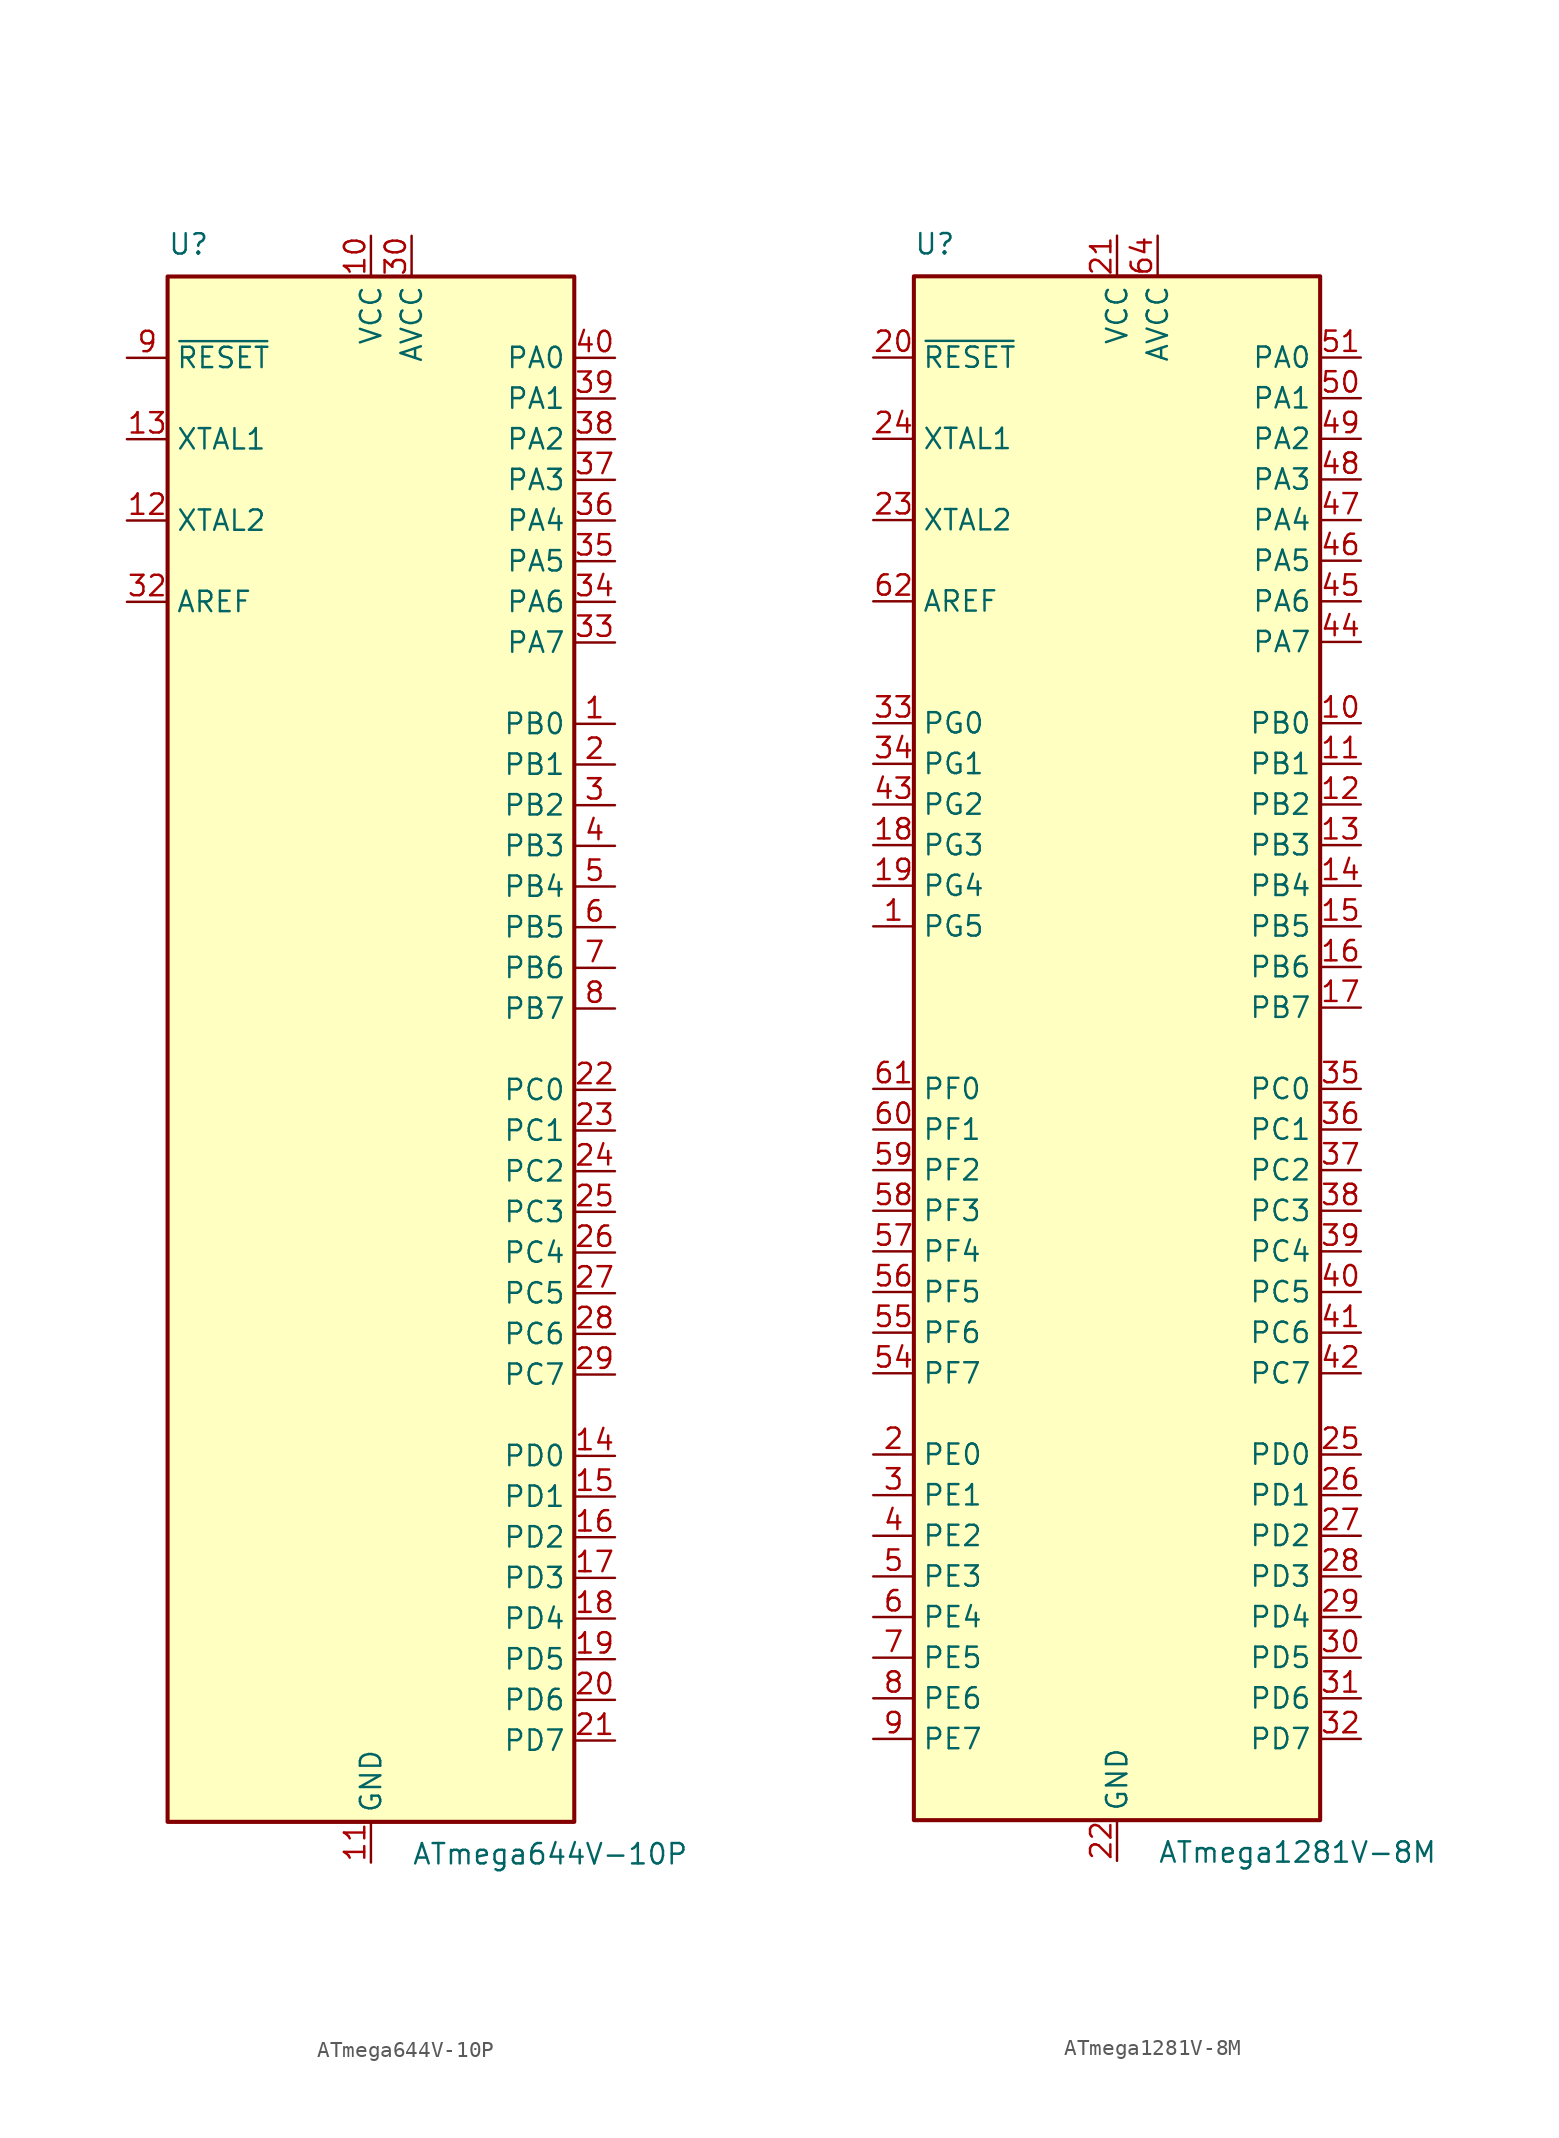
<source format=kicad_sym>
(kicad_symbol_lib
  (version 20201005)
  (generator kicad_symbol_editor)
  (symbol "ATmega644V-10P"
    (property "Reference" "U"
      (at -12.7 49.53 0)
      (effects (font (size 1.27 1.27)) (justify left bottom)))
    (property "Value" "ATmega644V-10P"
      (at 2.54 -49.53 0)
      (effects (font (size 1.27 1.27)) (justify left top)))
    (symbol "ATmega644V-10P_0_1"
      (rectangle (start -12.7 -48.26) (end 12.7 48.26) (stroke (width 0.254)) (fill (type background))))
    (symbol "ATmega644V-10P_1_1"
      (pin bidirectional line (at 15.24 20.32 180) (length 2.54) (name "PB0" (effects (font (size 1.27 1.27)))) (number "1" (effects (font (size 1.27 1.27)))))
      (pin power_in line (at 0 50.8 270) (length 2.54) (name "VCC" (effects (font (size 1.27 1.27)))) (number "10" (effects (font (size 1.27 1.27)))))
      (pin power_in line (at 0 -50.8 90) (length 2.54) (name "GND" (effects (font (size 1.27 1.27)))) (number "11" (effects (font (size 1.27 1.27)))))
      (pin output line (at -15.24 33.02 0) (length 2.54) (name "XTAL2" (effects (font (size 1.27 1.27)))) (number "12" (effects (font (size 1.27 1.27)))))
      (pin input line (at -15.24 38.1 0) (length 2.54) (name "XTAL1" (effects (font (size 1.27 1.27)))) (number "13" (effects (font (size 1.27 1.27)))))
      (pin bidirectional line (at 15.24 -25.4 180) (length 2.54) (name "PD0" (effects (font (size 1.27 1.27)))) (number "14" (effects (font (size 1.27 1.27)))))
      (pin bidirectional line (at 15.24 -27.94 180) (length 2.54) (name "PD1" (effects (font (size 1.27 1.27)))) (number "15" (effects (font (size 1.27 1.27)))))
      (pin bidirectional line (at 15.24 -30.48 180) (length 2.54) (name "PD2" (effects (font (size 1.27 1.27)))) (number "16" (effects (font (size 1.27 1.27)))))
      (pin bidirectional line (at 15.24 -33.02 180) (length 2.54) (name "PD3" (effects (font (size 1.27 1.27)))) (number "17" (effects (font (size 1.27 1.27)))))
      (pin bidirectional line (at 15.24 -35.56 180) (length 2.54) (name "PD4" (effects (font (size 1.27 1.27)))) (number "18" (effects (font (size 1.27 1.27)))))
      (pin bidirectional line (at 15.24 -38.1 180) (length 2.54) (name "PD5" (effects (font (size 1.27 1.27)))) (number "19" (effects (font (size 1.27 1.27)))))
      (pin bidirectional line (at 15.24 17.78 180) (length 2.54) (name "PB1" (effects (font (size 1.27 1.27)))) (number "2" (effects (font (size 1.27 1.27)))))
      (pin bidirectional line (at 15.24 -40.64 180) (length 2.54) (name "PD6" (effects (font (size 1.27 1.27)))) (number "20" (effects (font (size 1.27 1.27)))))
      (pin bidirectional line (at 15.24 -43.18 180) (length 2.54) (name "PD7" (effects (font (size 1.27 1.27)))) (number "21" (effects (font (size 1.27 1.27)))))
      (pin bidirectional line (at 15.24 -2.54 180) (length 2.54) (name "PC0" (effects (font (size 1.27 1.27)))) (number "22" (effects (font (size 1.27 1.27)))))
      (pin bidirectional line (at 15.24 -5.08 180) (length 2.54) (name "PC1" (effects (font (size 1.27 1.27)))) (number "23" (effects (font (size 1.27 1.27)))))
      (pin bidirectional line (at 15.24 -7.62 180) (length 2.54) (name "PC2" (effects (font (size 1.27 1.27)))) (number "24" (effects (font (size 1.27 1.27)))))
      (pin bidirectional line (at 15.24 -10.16 180) (length 2.54) (name "PC3" (effects (font (size 1.27 1.27)))) (number "25" (effects (font (size 1.27 1.27)))))
      (pin bidirectional line (at 15.24 -12.7 180) (length 2.54) (name "PC4" (effects (font (size 1.27 1.27)))) (number "26" (effects (font (size 1.27 1.27)))))
      (pin bidirectional line (at 15.24 -15.24 180) (length 2.54) (name "PC5" (effects (font (size 1.27 1.27)))) (number "27" (effects (font (size 1.27 1.27)))))
      (pin bidirectional line (at 15.24 -17.78 180) (length 2.54) (name "PC6" (effects (font (size 1.27 1.27)))) (number "28" (effects (font (size 1.27 1.27)))))
      (pin bidirectional line (at 15.24 -20.32 180) (length 2.54) (name "PC7" (effects (font (size 1.27 1.27)))) (number "29" (effects (font (size 1.27 1.27)))))
      (pin bidirectional line (at 15.24 15.24 180) (length 2.54) (name "PB2" (effects (font (size 1.27 1.27)))) (number "3" (effects (font (size 1.27 1.27)))))
      (pin power_in line (at 2.54 50.8 270) (length 2.54) (name "AVCC" (effects (font (size 1.27 1.27)))) (number "30" (effects (font (size 1.27 1.27)))))
      (pin passive line (at 0 -50.8 90) (length 2.54) hide (name "GND" (effects (font (size 1.27 1.27)))) (number "31" (effects (font (size 1.27 1.27)))))
      (pin passive line (at -15.24 27.94 0) (length 2.54) (name "AREF" (effects (font (size 1.27 1.27)))) (number "32" (effects (font (size 1.27 1.27)))))
      (pin bidirectional line (at 15.24 25.4 180) (length 2.54) (name "PA7" (effects (font (size 1.27 1.27)))) (number "33" (effects (font (size 1.27 1.27)))))
      (pin bidirectional line (at 15.24 27.94 180) (length 2.54) (name "PA6" (effects (font (size 1.27 1.27)))) (number "34" (effects (font (size 1.27 1.27)))))
      (pin bidirectional line (at 15.24 30.48 180) (length 2.54) (name "PA5" (effects (font (size 1.27 1.27)))) (number "35" (effects (font (size 1.27 1.27)))))
      (pin bidirectional line (at 15.24 33.02 180) (length 2.54) (name "PA4" (effects (font (size 1.27 1.27)))) (number "36" (effects (font (size 1.27 1.27)))))
      (pin bidirectional line (at 15.24 35.56 180) (length 2.54) (name "PA3" (effects (font (size 1.27 1.27)))) (number "37" (effects (font (size 1.27 1.27)))))
      (pin bidirectional line (at 15.24 38.1 180) (length 2.54) (name "PA2" (effects (font (size 1.27 1.27)))) (number "38" (effects (font (size 1.27 1.27)))))
      (pin bidirectional line (at 15.24 40.64 180) (length 2.54) (name "PA1" (effects (font (size 1.27 1.27)))) (number "39" (effects (font (size 1.27 1.27)))))
      (pin bidirectional line (at 15.24 12.7 180) (length 2.54) (name "PB3" (effects (font (size 1.27 1.27)))) (number "4" (effects (font (size 1.27 1.27)))))
      (pin bidirectional line (at 15.24 43.18 180) (length 2.54) (name "PA0" (effects (font (size 1.27 1.27)))) (number "40" (effects (font (size 1.27 1.27)))))
      (pin bidirectional line (at 15.24 10.16 180) (length 2.54) (name "PB4" (effects (font (size 1.27 1.27)))) (number "5" (effects (font (size 1.27 1.27)))))
      (pin bidirectional line (at 15.24 7.62 180) (length 2.54) (name "PB5" (effects (font (size 1.27 1.27)))) (number "6" (effects (font (size 1.27 1.27)))))
      (pin bidirectional line (at 15.24 5.08 180) (length 2.54) (name "PB6" (effects (font (size 1.27 1.27)))) (number "7" (effects (font (size 1.27 1.27)))))
      (pin bidirectional line (at 15.24 2.54 180) (length 2.54) (name "PB7" (effects (font (size 1.27 1.27)))) (number "8" (effects (font (size 1.27 1.27)))))
      (pin input line (at -15.24 43.18 0) (length 2.54) (name "~RESET" (effects (font (size 1.27 1.27)))) (number "9" (effects (font (size 1.27 1.27)))))))
  (symbol "ATmega1281V-8M"
    (property "Reference" "U"
      (at -12.7 49.53 0)
      (effects (font (size 1.27 1.27)) (justify left bottom)))
    (property "Value" "ATmega1281V-8M"
      (at 2.54 -49.53 0)
      (effects (font (size 1.27 1.27)) (justify left top)))
    (symbol "ATmega1281V-8M_0_1"
      (rectangle (start -12.7 -48.26) (end 12.7 48.26) (stroke (width 0.254)) (fill (type background))))
    (symbol "ATmega1281V-8M_1_1"
      (pin bidirectional line (at -15.24 7.62 0) (length 2.54) (name "PG5" (effects (font (size 1.27 1.27)))) (number "1" (effects (font (size 1.27 1.27)))))
      (pin bidirectional line (at 15.24 20.32 180) (length 2.54) (name "PB0" (effects (font (size 1.27 1.27)))) (number "10" (effects (font (size 1.27 1.27)))))
      (pin bidirectional line (at 15.24 17.78 180) (length 2.54) (name "PB1" (effects (font (size 1.27 1.27)))) (number "11" (effects (font (size 1.27 1.27)))))
      (pin bidirectional line (at 15.24 15.24 180) (length 2.54) (name "PB2" (effects (font (size 1.27 1.27)))) (number "12" (effects (font (size 1.27 1.27)))))
      (pin bidirectional line (at 15.24 12.7 180) (length 2.54) (name "PB3" (effects (font (size 1.27 1.27)))) (number "13" (effects (font (size 1.27 1.27)))))
      (pin bidirectional line (at 15.24 10.16 180) (length 2.54) (name "PB4" (effects (font (size 1.27 1.27)))) (number "14" (effects (font (size 1.27 1.27)))))
      (pin bidirectional line (at 15.24 7.62 180) (length 2.54) (name "PB5" (effects (font (size 1.27 1.27)))) (number "15" (effects (font (size 1.27 1.27)))))
      (pin bidirectional line (at 15.24 5.08 180) (length 2.54) (name "PB6" (effects (font (size 1.27 1.27)))) (number "16" (effects (font (size 1.27 1.27)))))
      (pin bidirectional line (at 15.24 2.54 180) (length 2.54) (name "PB7" (effects (font (size 1.27 1.27)))) (number "17" (effects (font (size 1.27 1.27)))))
      (pin bidirectional line (at -15.24 12.7 0) (length 2.54) (name "PG3" (effects (font (size 1.27 1.27)))) (number "18" (effects (font (size 1.27 1.27)))))
      (pin bidirectional line (at -15.24 10.16 0) (length 2.54) (name "PG4" (effects (font (size 1.27 1.27)))) (number "19" (effects (font (size 1.27 1.27)))))
      (pin bidirectional line (at -15.24 -25.4 0) (length 2.54) (name "PE0" (effects (font (size 1.27 1.27)))) (number "2" (effects (font (size 1.27 1.27)))))
      (pin input line (at -15.24 43.18 0) (length 2.54) (name "~RESET" (effects (font (size 1.27 1.27)))) (number "20" (effects (font (size 1.27 1.27)))))
      (pin power_in line (at 0 50.8 270) (length 2.54) (name "VCC" (effects (font (size 1.27 1.27)))) (number "21" (effects (font (size 1.27 1.27)))))
      (pin power_in line (at 0 -50.8 90) (length 2.54) (name "GND" (effects (font (size 1.27 1.27)))) (number "22" (effects (font (size 1.27 1.27)))))
      (pin output line (at -15.24 33.02 0) (length 2.54) (name "XTAL2" (effects (font (size 1.27 1.27)))) (number "23" (effects (font (size 1.27 1.27)))))
      (pin input line (at -15.24 38.1 0) (length 2.54) (name "XTAL1" (effects (font (size 1.27 1.27)))) (number "24" (effects (font (size 1.27 1.27)))))
      (pin bidirectional line (at 15.24 -25.4 180) (length 2.54) (name "PD0" (effects (font (size 1.27 1.27)))) (number "25" (effects (font (size 1.27 1.27)))))
      (pin bidirectional line (at 15.24 -27.94 180) (length 2.54) (name "PD1" (effects (font (size 1.27 1.27)))) (number "26" (effects (font (size 1.27 1.27)))))
      (pin bidirectional line (at 15.24 -30.48 180) (length 2.54) (name "PD2" (effects (font (size 1.27 1.27)))) (number "27" (effects (font (size 1.27 1.27)))))
      (pin bidirectional line (at 15.24 -33.02 180) (length 2.54) (name "PD3" (effects (font (size 1.27 1.27)))) (number "28" (effects (font (size 1.27 1.27)))))
      (pin bidirectional line (at 15.24 -35.56 180) (length 2.54) (name "PD4" (effects (font (size 1.27 1.27)))) (number "29" (effects (font (size 1.27 1.27)))))
      (pin bidirectional line (at -15.24 -27.94 0) (length 2.54) (name "PE1" (effects (font (size 1.27 1.27)))) (number "3" (effects (font (size 1.27 1.27)))))
      (pin bidirectional line (at 15.24 -38.1 180) (length 2.54) (name "PD5" (effects (font (size 1.27 1.27)))) (number "30" (effects (font (size 1.27 1.27)))))
      (pin bidirectional line (at 15.24 -40.64 180) (length 2.54) (name "PD6" (effects (font (size 1.27 1.27)))) (number "31" (effects (font (size 1.27 1.27)))))
      (pin bidirectional line (at 15.24 -43.18 180) (length 2.54) (name "PD7" (effects (font (size 1.27 1.27)))) (number "32" (effects (font (size 1.27 1.27)))))
      (pin bidirectional line (at -15.24 20.32 0) (length 2.54) (name "PG0" (effects (font (size 1.27 1.27)))) (number "33" (effects (font (size 1.27 1.27)))))
      (pin bidirectional line (at -15.24 17.78 0) (length 2.54) (name "PG1" (effects (font (size 1.27 1.27)))) (number "34" (effects (font (size 1.27 1.27)))))
      (pin bidirectional line (at 15.24 -2.54 180) (length 2.54) (name "PC0" (effects (font (size 1.27 1.27)))) (number "35" (effects (font (size 1.27 1.27)))))
      (pin bidirectional line (at 15.24 -5.08 180) (length 2.54) (name "PC1" (effects (font (size 1.27 1.27)))) (number "36" (effects (font (size 1.27 1.27)))))
      (pin bidirectional line (at 15.24 -7.62 180) (length 2.54) (name "PC2" (effects (font (size 1.27 1.27)))) (number "37" (effects (font (size 1.27 1.27)))))
      (pin bidirectional line (at 15.24 -10.16 180) (length 2.54) (name "PC3" (effects (font (size 1.27 1.27)))) (number "38" (effects (font (size 1.27 1.27)))))
      (pin bidirectional line (at 15.24 -12.7 180) (length 2.54) (name "PC4" (effects (font (size 1.27 1.27)))) (number "39" (effects (font (size 1.27 1.27)))))
      (pin bidirectional line (at -15.24 -30.48 0) (length 2.54) (name "PE2" (effects (font (size 1.27 1.27)))) (number "4" (effects (font (size 1.27 1.27)))))
      (pin bidirectional line (at 15.24 -15.24 180) (length 2.54) (name "PC5" (effects (font (size 1.27 1.27)))) (number "40" (effects (font (size 1.27 1.27)))))
      (pin bidirectional line (at 15.24 -17.78 180) (length 2.54) (name "PC6" (effects (font (size 1.27 1.27)))) (number "41" (effects (font (size 1.27 1.27)))))
      (pin bidirectional line (at 15.24 -20.32 180) (length 2.54) (name "PC7" (effects (font (size 1.27 1.27)))) (number "42" (effects (font (size 1.27 1.27)))))
      (pin bidirectional line (at -15.24 15.24 0) (length 2.54) (name "PG2" (effects (font (size 1.27 1.27)))) (number "43" (effects (font (size 1.27 1.27)))))
      (pin bidirectional line (at 15.24 25.4 180) (length 2.54) (name "PA7" (effects (font (size 1.27 1.27)))) (number "44" (effects (font (size 1.27 1.27)))))
      (pin bidirectional line (at 15.24 27.94 180) (length 2.54) (name "PA6" (effects (font (size 1.27 1.27)))) (number "45" (effects (font (size 1.27 1.27)))))
      (pin bidirectional line (at 15.24 30.48 180) (length 2.54) (name "PA5" (effects (font (size 1.27 1.27)))) (number "46" (effects (font (size 1.27 1.27)))))
      (pin bidirectional line (at 15.24 33.02 180) (length 2.54) (name "PA4" (effects (font (size 1.27 1.27)))) (number "47" (effects (font (size 1.27 1.27)))))
      (pin bidirectional line (at 15.24 35.56 180) (length 2.54) (name "PA3" (effects (font (size 1.27 1.27)))) (number "48" (effects (font (size 1.27 1.27)))))
      (pin bidirectional line (at 15.24 38.1 180) (length 2.54) (name "PA2" (effects (font (size 1.27 1.27)))) (number "49" (effects (font (size 1.27 1.27)))))
      (pin bidirectional line (at -15.24 -33.02 0) (length 2.54) (name "PE3" (effects (font (size 1.27 1.27)))) (number "5" (effects (font (size 1.27 1.27)))))
      (pin bidirectional line (at 15.24 40.64 180) (length 2.54) (name "PA1" (effects (font (size 1.27 1.27)))) (number "50" (effects (font (size 1.27 1.27)))))
      (pin bidirectional line (at 15.24 43.18 180) (length 2.54) (name "PA0" (effects (font (size 1.27 1.27)))) (number "51" (effects (font (size 1.27 1.27)))))
      (pin passive line (at 0 50.8 270) (length 2.54) hide (name "VCC" (effects (font (size 1.27 1.27)))) (number "52" (effects (font (size 1.27 1.27)))))
      (pin passive line (at 0 -50.8 90) (length 2.54) hide (name "GND" (effects (font (size 1.27 1.27)))) (number "53" (effects (font (size 1.27 1.27)))))
      (pin bidirectional line (at -15.24 -20.32 0) (length 2.54) (name "PF7" (effects (font (size 1.27 1.27)))) (number "54" (effects (font (size 1.27 1.27)))))
      (pin bidirectional line (at -15.24 -17.78 0) (length 2.54) (name "PF6" (effects (font (size 1.27 1.27)))) (number "55" (effects (font (size 1.27 1.27)))))
      (pin bidirectional line (at -15.24 -15.24 0) (length 2.54) (name "PF5" (effects (font (size 1.27 1.27)))) (number "56" (effects (font (size 1.27 1.27)))))
      (pin bidirectional line (at -15.24 -12.7 0) (length 2.54) (name "PF4" (effects (font (size 1.27 1.27)))) (number "57" (effects (font (size 1.27 1.27)))))
      (pin bidirectional line (at -15.24 -10.16 0) (length 2.54) (name "PF3" (effects (font (size 1.27 1.27)))) (number "58" (effects (font (size 1.27 1.27)))))
      (pin bidirectional line (at -15.24 -7.62 0) (length 2.54) (name "PF2" (effects (font (size 1.27 1.27)))) (number "59" (effects (font (size 1.27 1.27)))))
      (pin bidirectional line (at -15.24 -35.56 0) (length 2.54) (name "PE4" (effects (font (size 1.27 1.27)))) (number "6" (effects (font (size 1.27 1.27)))))
      (pin bidirectional line (at -15.24 -5.08 0) (length 2.54) (name "PF1" (effects (font (size 1.27 1.27)))) (number "60" (effects (font (size 1.27 1.27)))))
      (pin bidirectional line (at -15.24 -2.54 0) (length 2.54) (name "PF0" (effects (font (size 1.27 1.27)))) (number "61" (effects (font (size 1.27 1.27)))))
      (pin passive line (at -15.24 27.94 0) (length 2.54) (name "AREF" (effects (font (size 1.27 1.27)))) (number "62" (effects (font (size 1.27 1.27)))))
      (pin passive line (at 0 -50.8 90) (length 2.54) hide (name "GND" (effects (font (size 1.27 1.27)))) (number "63" (effects (font (size 1.27 1.27)))))
      (pin power_in line (at 2.54 50.8 270) (length 2.54) (name "AVCC" (effects (font (size 1.27 1.27)))) (number "64" (effects (font (size 1.27 1.27)))))
      (pin passive line (at 0 -50.8 90) (length 2.54) hide (name "GND" (effects (font (size 1.27 1.27)))) (number "65" (effects (font (size 1.27 1.27)))))
      (pin bidirectional line (at -15.24 -38.1 0) (length 2.54) (name "PE5" (effects (font (size 1.27 1.27)))) (number "7" (effects (font (size 1.27 1.27)))))
      (pin bidirectional line (at -15.24 -40.64 0) (length 2.54) (name "PE6" (effects (font (size 1.27 1.27)))) (number "8" (effects (font (size 1.27 1.27)))))
      (pin bidirectional line (at -15.24 -43.18 0) (length 2.54) (name "PE7" (effects (font (size 1.27 1.27)))) (number "9" (effects (font (size 1.27 1.27))))))))
</source>
